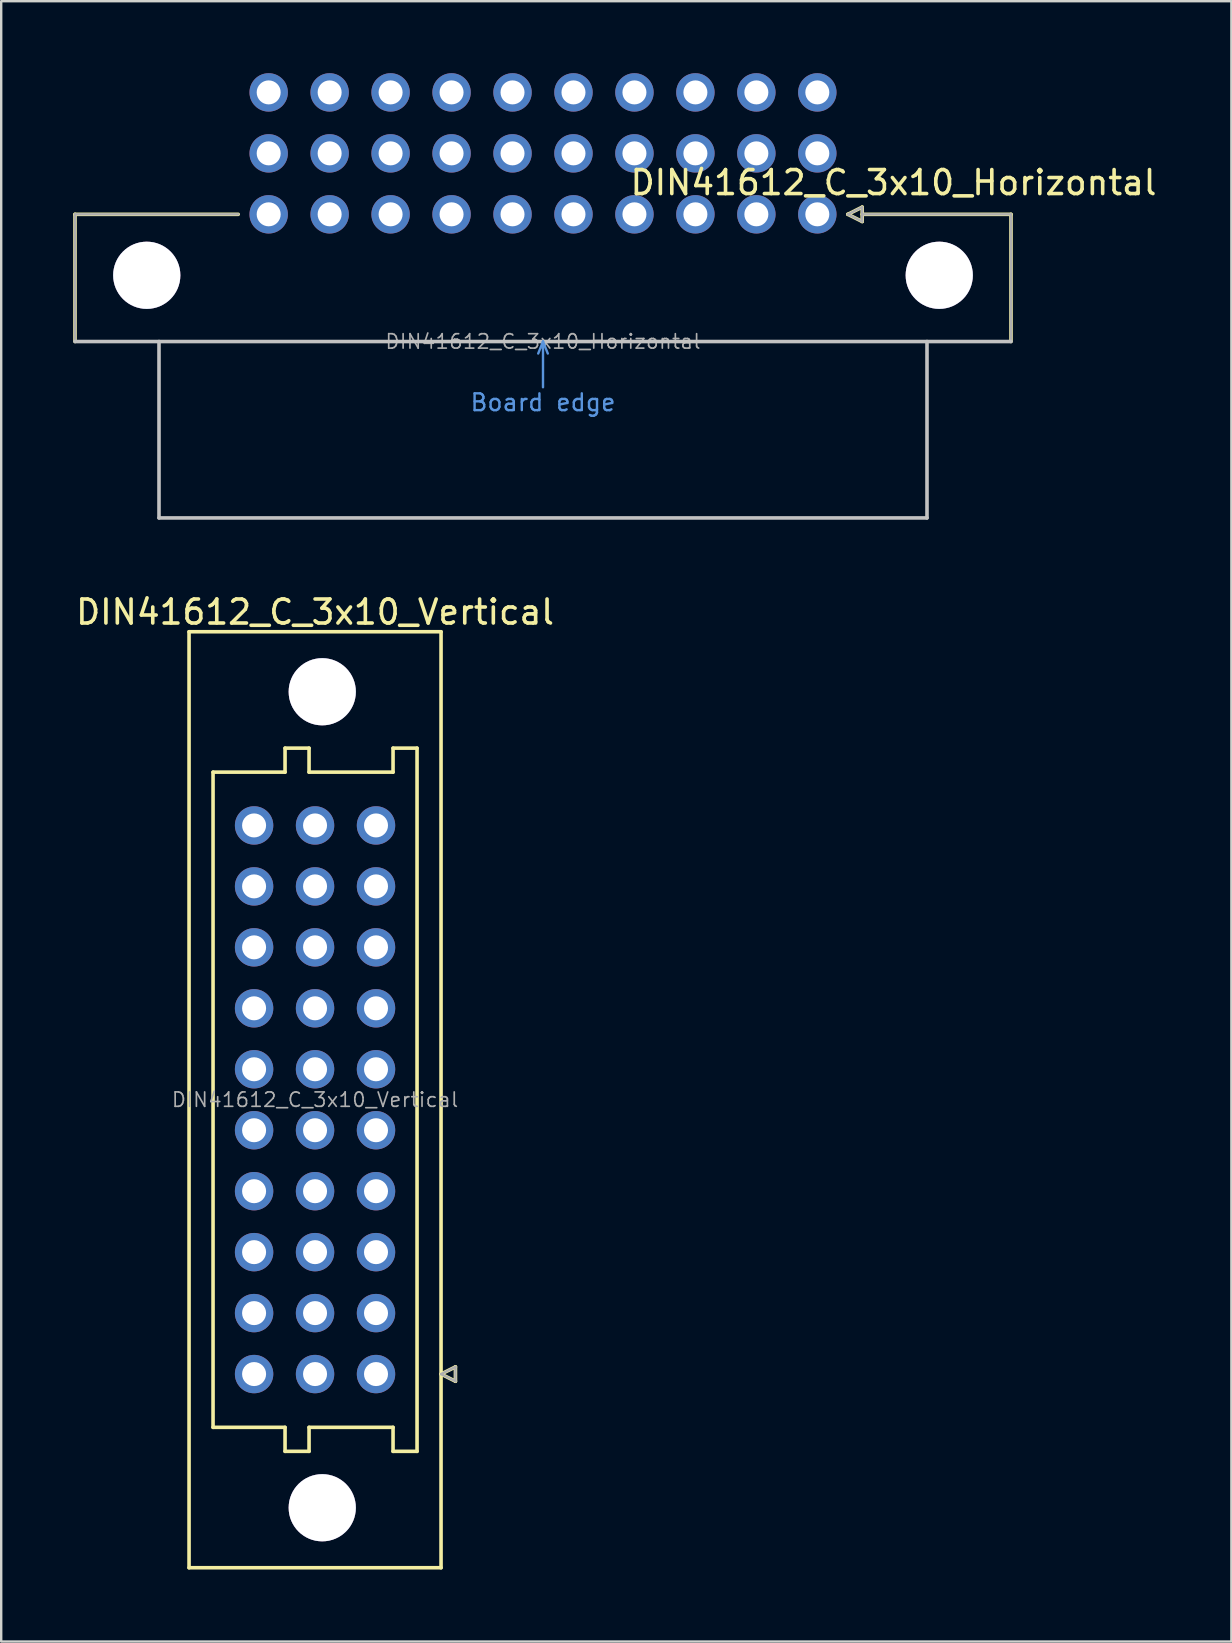
<source format=kicad_pcb>
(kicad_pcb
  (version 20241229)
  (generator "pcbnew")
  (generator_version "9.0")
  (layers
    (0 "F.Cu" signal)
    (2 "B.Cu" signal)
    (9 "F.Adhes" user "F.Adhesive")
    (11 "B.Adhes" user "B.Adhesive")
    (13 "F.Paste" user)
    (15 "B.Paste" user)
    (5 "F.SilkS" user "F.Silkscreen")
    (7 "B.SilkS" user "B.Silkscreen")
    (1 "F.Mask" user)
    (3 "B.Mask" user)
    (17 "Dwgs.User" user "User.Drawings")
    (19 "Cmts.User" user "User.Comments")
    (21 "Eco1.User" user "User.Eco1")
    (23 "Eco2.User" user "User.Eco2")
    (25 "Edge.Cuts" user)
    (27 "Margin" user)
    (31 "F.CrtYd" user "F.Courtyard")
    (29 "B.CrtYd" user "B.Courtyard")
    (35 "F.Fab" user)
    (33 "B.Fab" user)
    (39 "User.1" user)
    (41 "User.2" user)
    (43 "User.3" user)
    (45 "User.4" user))
  (footprint "DIN41612_C_3x10_Horizontal"
    (layer "F.Cu")
    (at 19.575 11.18)
    (property "Reference" "DIN41612_C_3x10_Horizontal" (at 14.605 -6.62 0) (layer "F.SilkS") (effects (font (size 1 1) (thickness 0.15))))
    (attr through_hole)
    (fp_line (start -19.5 -5.3) (end -12.7 -5.3) (stroke (width 0.15) (type solid)) (layer "F.SilkS"))
    (fp_line (start -19.5 0) (end -19.5 -5.3) (stroke (width 0.15) (type solid)) (layer "F.SilkS"))
    (fp_line (start 12.7 -5.3) (end 13.3 -5.6) (stroke (width 0.15) (type solid)) (layer "F.SilkS"))
    (fp_line (start 12.7 -5.3) (end 13.3 -5) (stroke (width 0.15) (type solid)) (layer "F.SilkS"))
    (fp_line (start 13.3 -5.3) (end 19.5 -5.3) (stroke (width 0.15) (type solid)) (layer "F.SilkS"))
    (fp_line (start 13.3 -5) (end 13.3 -5.6) (stroke (width 0.15) (type solid)) (layer "F.SilkS"))
    (fp_line (start 19.5 -5.3) (end 19.5 0) (stroke (width 0.15) (type solid)) (layer "F.SilkS"))
    (fp_line (start -16 7.35) (end -16 0) (stroke (width 0.15) (type solid)) (layer "Dwgs.User"))
    (fp_line (start 16 0) (end 16 7.35) (stroke (width 0.15) (type solid)) (layer "Dwgs.User"))
    (fp_line (start 16 7.35) (end -16 7.35) (stroke (width 0.15) (type solid)) (layer "Dwgs.User"))
    (fp_line (start 19.5 0) (end -19.5 0) (stroke (width 0.15) (type solid)) (layer "Dwgs.User"))
    (fp_line (start 0 0) (end -0.2 0.5) (stroke (width 0.1) (type solid)) (layer "Cmts.User"))
    (fp_line (start 0 0) (end 0.2 0.5) (stroke (width 0.1) (type solid)) (layer "Cmts.User"))
    (fp_line (start 0 1.905) (end 0 0) (stroke (width 0.1) (type solid)) (layer "Cmts.User"))
    (fp_line (start -19.5 -5.3) (end -12.7 -5.3) (stroke (width 0.1) (type solid)) (layer "F.Fab"))
    (fp_line (start -19.5 0) (end -19.5 -5.3) (stroke (width 0.1) (type solid)) (layer "F.Fab"))
    (fp_line (start 12.7 -5.3) (end 13.3 -5.6) (stroke (width 0.1) (type solid)) (layer "F.Fab"))
    (fp_line (start 12.7 -5.3) (end 13.3 -5) (stroke (width 0.1) (type solid)) (layer "F.Fab"))
    (fp_line (start 13.3 -5.3) (end 19.5 -5.3) (stroke (width 0.1) (type solid)) (layer "F.Fab"))
    (fp_line (start 13.3 -5) (end 13.3 -5.6) (stroke (width 0.1) (type solid)) (layer "F.Fab"))
    (fp_line (start 19.5 -5.3) (end 19.5 0) (stroke (width 0.1) (type solid)) (layer "F.Fab"))
    (fp_text user "Board edge" (at 0 2.54 0) (layer "Cmts.User") (effects (font (size 0.7 0.7) (thickness 0.1))))
    (fp_text user "${REFERENCE}" (at 0 0 0) (layer "F.Fab") (effects (font (size 0.6 0.6) (thickness 0.07))))
    (pad "1" thru_hole circle (at -16.51 -2.76) (size 2.8 2.8) (drill 2.8) (layers "*.Cu" "*.Mask"))
    (pad "1" thru_hole circle (at 16.51 -2.76) (size 2.8 2.8) (drill 2.8) (layers "*.Cu" "*.Mask"))
    (pad "A1" thru_hole circle (at 11.43 -5.3 180) (size 1.6 1.6) (drill 1) (layers "*.Cu" "*.Mask"))
    (pad "A2" thru_hole circle (at 8.89 -5.3 180) (size 1.6 1.6) (drill 1) (layers "*.Cu" "*.Mask"))
    (pad "A3" thru_hole circle (at 6.35 -5.3 180) (size 1.6 1.6) (drill 1) (layers "*.Cu" "*.Mask"))
    (pad "A4" thru_hole circle (at 3.81 -5.3 180) (size 1.6 1.6) (drill 1) (layers "*.Cu" "*.Mask"))
    (pad "A5" thru_hole circle (at 1.27 -5.3 180) (size 1.6 1.6) (drill 1) (layers "*.Cu" "*.Mask"))
    (pad "A6" thru_hole circle (at -1.27 -5.3 180) (size 1.6 1.6) (drill 1) (layers "*.Cu" "*.Mask"))
    (pad "A7" thru_hole circle (at -3.81 -5.3 180) (size 1.6 1.6) (drill 1) (layers "*.Cu" "*.Mask"))
    (pad "A8" thru_hole circle (at -6.35 -5.3 180) (size 1.6 1.6) (drill 1) (layers "*.Cu" "*.Mask"))
    (pad "A9" thru_hole circle (at -8.89 -5.3 180) (size 1.6 1.6) (drill 1) (layers "*.Cu" "*.Mask"))
    (pad "A10" thru_hole circle (at -11.43 -5.3 180) (size 1.6 1.6) (drill 1) (layers "*.Cu" "*.Mask"))
    (pad "B1" thru_hole circle (at 11.43 -7.84 180) (size 1.6 1.6) (drill 1) (layers "*.Cu" "*.Mask"))
    (pad "B2" thru_hole circle (at 8.89 -7.84 180) (size 1.6 1.6) (drill 1) (layers "*.Cu" "*.Mask"))
    (pad "B3" thru_hole circle (at 6.35 -7.84 180) (size 1.6 1.6) (drill 1) (layers "*.Cu" "*.Mask"))
    (pad "B4" thru_hole circle (at 3.81 -7.84 180) (size 1.6 1.6) (drill 1) (layers "*.Cu" "*.Mask"))
    (pad "B5" thru_hole circle (at 1.27 -7.84 180) (size 1.6 1.6) (drill 1) (layers "*.Cu" "*.Mask"))
    (pad "B6" thru_hole circle (at -1.27 -7.84 180) (size 1.6 1.6) (drill 1) (layers "*.Cu" "*.Mask"))
    (pad "B7" thru_hole circle (at -3.81 -7.84 180) (size 1.6 1.6) (drill 1) (layers "*.Cu" "*.Mask"))
    (pad "B8" thru_hole circle (at -6.35 -7.84 180) (size 1.6 1.6) (drill 1) (layers "*.Cu" "*.Mask"))
    (pad "B9" thru_hole circle (at -8.89 -7.84 180) (size 1.6 1.6) (drill 1) (layers "*.Cu" "*.Mask"))
    (pad "B10" thru_hole circle (at -11.43 -7.84 180) (size 1.6 1.6) (drill 1) (layers "*.Cu" "*.Mask"))
    (pad "C1" thru_hole circle (at 11.43 -10.38 180) (size 1.6 1.6) (drill 1) (layers "*.Cu" "*.Mask"))
    (pad "C2" thru_hole circle (at 8.89 -10.38 180) (size 1.6 1.6) (drill 1) (layers "*.Cu" "*.Mask"))
    (pad "C3" thru_hole circle (at 6.35 -10.38 180) (size 1.6 1.6) (drill 1) (layers "*.Cu" "*.Mask"))
    (pad "C4" thru_hole circle (at 3.81 -10.38 180) (size 1.6 1.6) (drill 1) (layers "*.Cu" "*.Mask"))
    (pad "C5" thru_hole circle (at 1.27 -10.38 180) (size 1.6 1.6) (drill 1) (layers "*.Cu" "*.Mask"))
    (pad "C6" thru_hole circle (at -1.27 -10.38 180) (size 1.6 1.6) (drill 1) (layers "*.Cu" "*.Mask"))
    (pad "C7" thru_hole circle (at -3.81 -10.38 180) (size 1.6 1.6) (drill 1) (layers "*.Cu" "*.Mask"))
    (pad "C8" thru_hole circle (at -6.35 -10.38 180) (size 1.6 1.6) (drill 1) (layers "*.Cu" "*.Mask"))
    (pad "C9" thru_hole circle (at -8.89 -10.38 180) (size 1.6 1.6) (drill 1) (layers "*.Cu" "*.Mask"))
    (pad "C10" thru_hole circle (at -11.43 -10.38 180) (size 1.6 1.6) (drill 1) (layers "*.Cu" "*.Mask")))
  (footprint "DIN41612_C_3x10_Vertical"
    (layer "F.Cu")
    (at 10.077 42.773)
    (property "Reference" "DIN41612_C_3x10_Vertical" (at 0 -20.32 0) (layer "F.SilkS") (effects (font (size 1 1) (thickness 0.15))))
    (attr through_hole)
    (fp_line (start -5.25 -19.5) (end -5.25 19.5) (stroke (width 0.15) (type solid)) (layer "F.SilkS"))
    (fp_line (start -5.25 19.5) (end 5.25 19.5) (stroke (width 0.15) (type solid)) (layer "F.SilkS"))
    (fp_line (start -4.25 -13.65) (end -4.25 13.65) (stroke (width 0.15) (type solid)) (layer "F.SilkS"))
    (fp_line (start -4.25 -13.65) (end -1.25 -13.65) (stroke (width 0.15) (type solid)) (layer "F.SilkS"))
    (fp_line (start -4.25 13.65) (end -1.25 13.65) (stroke (width 0.15) (type solid)) (layer "F.SilkS"))
    (fp_line (start -1.25 -14.65) (end -0.25 -14.65) (stroke (width 0.15) (type solid)) (layer "F.SilkS"))
    (fp_line (start -1.25 -13.65) (end -1.25 -14.65) (stroke (width 0.15) (type solid)) (layer "F.SilkS"))
    (fp_line (start -1.25 14.65) (end -1.25 13.65) (stroke (width 0.15) (type solid)) (layer "F.SilkS"))
    (fp_line (start -1.25 14.65) (end -0.25 14.65) (stroke (width 0.15) (type solid)) (layer "F.SilkS"))
    (fp_line (start -0.25 -14.65) (end -0.25 -13.65) (stroke (width 0.15) (type solid)) (layer "F.SilkS"))
    (fp_line (start -0.25 -13.65) (end 3.25 -13.65) (stroke (width 0.15) (type solid)) (layer "F.SilkS"))
    (fp_line (start -0.25 13.65) (end -0.25 14.65) (stroke (width 0.15) (type solid)) (layer "F.SilkS"))
    (fp_line (start -0.25 13.65) (end 3.25 13.65) (stroke (width 0.15) (type solid)) (layer "F.SilkS"))
    (fp_line (start 3.25 -14.65) (end 4.25 -14.65) (stroke (width 0.15) (type solid)) (layer "F.SilkS"))
    (fp_line (start 3.25 -13.65) (end 3.25 -14.65) (stroke (width 0.15) (type solid)) (layer "F.SilkS"))
    (fp_line (start 3.25 14.65) (end 3.25 13.65) (stroke (width 0.15) (type solid)) (layer "F.SilkS"))
    (fp_line (start 3.25 14.65) (end 4.25 14.65) (stroke (width 0.15) (type solid)) (layer "F.SilkS"))
    (fp_line (start 4.25 14.65) (end 4.25 -14.65) (stroke (width 0.15) (type solid)) (layer "F.SilkS"))
    (fp_line (start 5.25 -19.5) (end -5.25 -19.5) (stroke (width 0.15) (type solid)) (layer "F.SilkS"))
    (fp_line (start 5.25 11.43) (end 5.85 11.13) (stroke (width 0.15) (type solid)) (layer "F.SilkS"))
    (fp_line (start 5.25 11.43) (end 5.85 11.73) (stroke (width 0.15) (type solid)) (layer "F.SilkS"))
    (fp_line (start 5.25 19.5) (end 5.25 -19.5) (stroke (width 0.15) (type solid)) (layer "F.SilkS"))
    (fp_line (start 5.85 11.73) (end 5.85 11.13) (stroke (width 0.15) (type solid)) (layer "F.SilkS"))
    (fp_line (start 5.25 11.43) (end 5.85 11.13) (stroke (width 0.1) (type solid)) (layer "F.Fab"))
    (fp_line (start 5.25 11.43) (end 5.85 11.73) (stroke (width 0.1) (type solid)) (layer "F.Fab"))
    (fp_line (start 5.85 11.73) (end 5.85 11.13) (stroke (width 0.1) (type solid)) (layer "F.Fab"))
    (fp_text user "${REFERENCE}" (at 0 0 0) (layer "F.Fab") (effects (font (size 0.6 0.6) (thickness 0.07))))
    (pad "1" thru_hole circle (at 0.3 -17 270) (size 2.8 2.8) (drill 2.8) (layers "*.Cu" "*.Mask"))
    (pad "1" thru_hole circle (at 0.3 17 270) (size 2.8 2.8) (drill 2.8) (layers "*.Cu" "*.Mask"))
    (pad "A1" thru_hole circle (at 2.54 11.43 270) (size 1.6 1.6) (drill 1) (layers "*.Cu" "*.Mask"))
    (pad "A2" thru_hole circle (at 2.54 8.89 270) (size 1.6 1.6) (drill 1) (layers "*.Cu" "*.Mask"))
    (pad "A3" thru_hole circle (at 2.54 6.35 270) (size 1.6 1.6) (drill 1) (layers "*.Cu" "*.Mask"))
    (pad "A4" thru_hole circle (at 2.54 3.81 270) (size 1.6 1.6) (drill 1) (layers "*.Cu" "*.Mask"))
    (pad "A5" thru_hole circle (at 2.54 1.27 270) (size 1.6 1.6) (drill 1) (layers "*.Cu" "*.Mask"))
    (pad "A6" thru_hole circle (at 2.54 -1.27 270) (size 1.6 1.6) (drill 1) (layers "*.Cu" "*.Mask"))
    (pad "A7" thru_hole circle (at 2.54 -3.81 270) (size 1.6 1.6) (drill 1) (layers "*.Cu" "*.Mask"))
    (pad "A8" thru_hole circle (at 2.54 -6.35 270) (size 1.6 1.6) (drill 1) (layers "*.Cu" "*.Mask"))
    (pad "A9" thru_hole circle (at 2.54 -8.89 270) (size 1.6 1.6) (drill 1) (layers "*.Cu" "*.Mask"))
    (pad "A10" thru_hole circle (at 2.54 -11.43 270) (size 1.6 1.6) (drill 1) (layers "*.Cu" "*.Mask"))
    (pad "B1" thru_hole circle (at 0 11.43 270) (size 1.6 1.6) (drill 1) (layers "*.Cu" "*.Mask"))
    (pad "B2" thru_hole circle (at 0 8.89 270) (size 1.6 1.6) (drill 1) (layers "*.Cu" "*.Mask"))
    (pad "B3" thru_hole circle (at 0 6.35 270) (size 1.6 1.6) (drill 1) (layers "*.Cu" "*.Mask"))
    (pad "B4" thru_hole circle (at 0 3.81 270) (size 1.6 1.6) (drill 1) (layers "*.Cu" "*.Mask"))
    (pad "B5" thru_hole circle (at 0 1.27 270) (size 1.6 1.6) (drill 1) (layers "*.Cu" "*.Mask"))
    (pad "B6" thru_hole circle (at 0 -1.27 270) (size 1.6 1.6) (drill 1) (layers "*.Cu" "*.Mask"))
    (pad "B7" thru_hole circle (at 0 -3.81 270) (size 1.6 1.6) (drill 1) (layers "*.Cu" "*.Mask"))
    (pad "B8" thru_hole circle (at 0 -6.35 270) (size 1.6 1.6) (drill 1) (layers "*.Cu" "*.Mask"))
    (pad "B9" thru_hole circle (at 0 -8.89 270) (size 1.6 1.6) (drill 1) (layers "*.Cu" "*.Mask"))
    (pad "B10" thru_hole circle (at 0 -11.43 270) (size 1.6 1.6) (drill 1) (layers "*.Cu" "*.Mask"))
    (pad "C1" thru_hole circle (at -2.54 11.43 270) (size 1.6 1.6) (drill 1) (layers "*.Cu" "*.Mask"))
    (pad "C2" thru_hole circle (at -2.54 8.89 270) (size 1.6 1.6) (drill 1) (layers "*.Cu" "*.Mask"))
    (pad "C3" thru_hole circle (at -2.54 6.35 270) (size 1.6 1.6) (drill 1) (layers "*.Cu" "*.Mask"))
    (pad "C4" thru_hole circle (at -2.54 3.81 270) (size 1.6 1.6) (drill 1) (layers "*.Cu" "*.Mask"))
    (pad "C5" thru_hole circle (at -2.54 1.27 270) (size 1.6 1.6) (drill 1) (layers "*.Cu" "*.Mask"))
    (pad "C6" thru_hole circle (at -2.54 -1.27 270) (size 1.6 1.6) (drill 1) (layers "*.Cu" "*.Mask"))
    (pad "C7" thru_hole circle (at -2.54 -3.81 270) (size 1.6 1.6) (drill 1) (layers "*.Cu" "*.Mask"))
    (pad "C8" thru_hole circle (at -2.54 -6.35 270) (size 1.6 1.6) (drill 1) (layers "*.Cu" "*.Mask"))
    (pad "C9" thru_hole circle (at -2.54 -8.89 270) (size 1.6 1.6) (drill 1) (layers "*.Cu" "*.Mask"))
    (pad "C10" thru_hole circle (at -2.54 -11.43 270) (size 1.6 1.6) (drill 1) (layers "*.Cu" "*.Mask")))
  (gr_rect
    (start -3 -3)
    (end 48.257 65.348)
    (stroke (width 0.1) (type default))
    (fill no)
    (layer "Edge.Cuts")))
</source>
